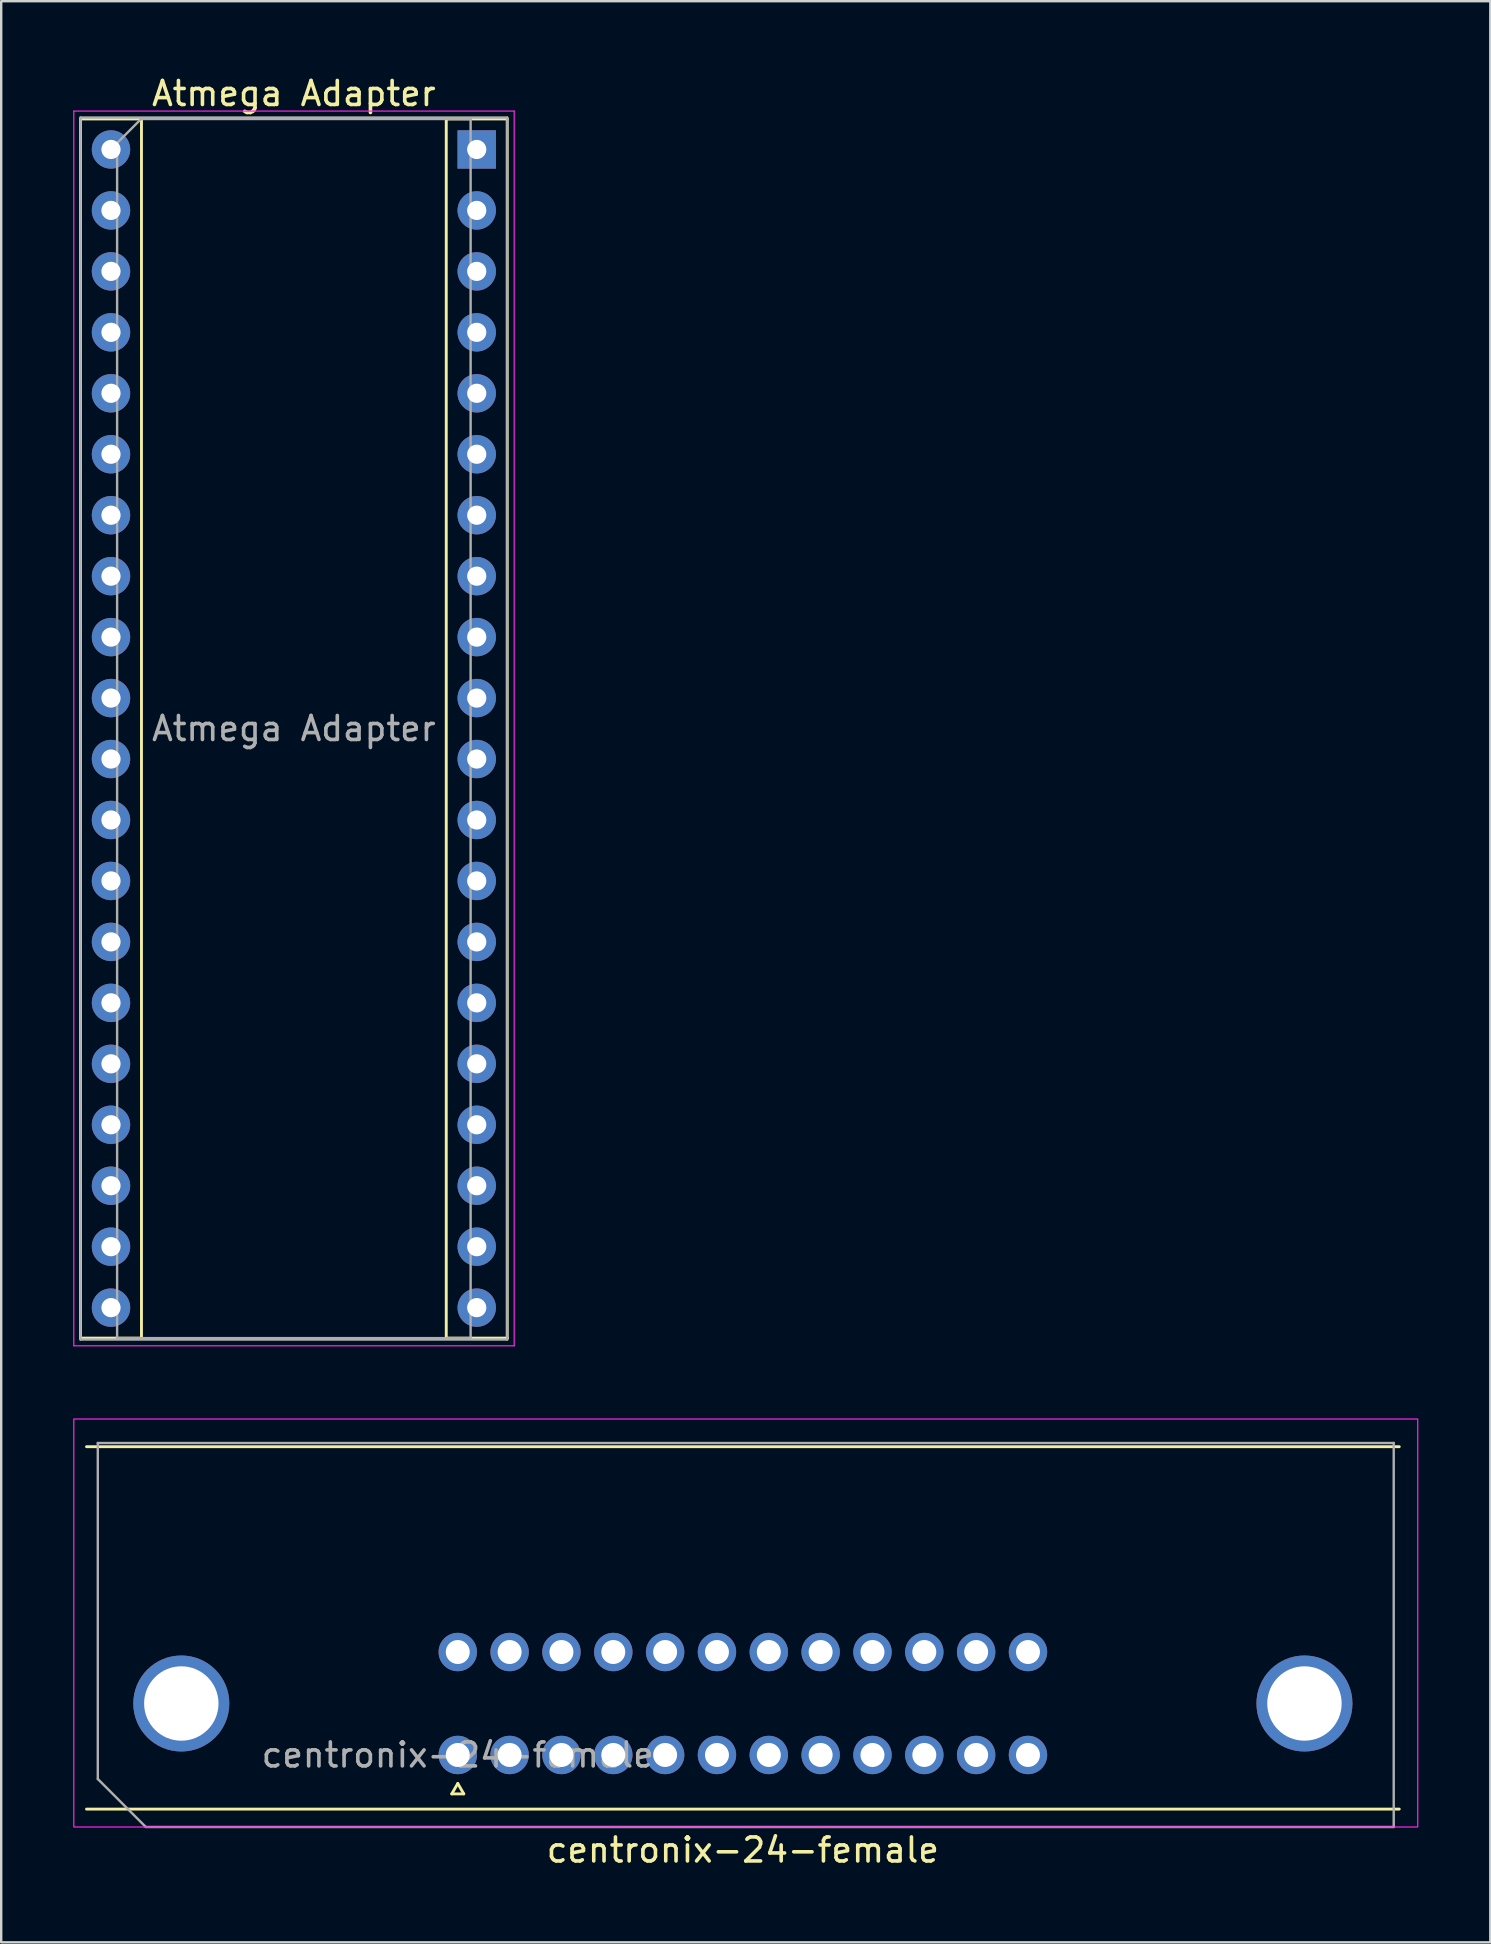
<source format=kicad_pcb>
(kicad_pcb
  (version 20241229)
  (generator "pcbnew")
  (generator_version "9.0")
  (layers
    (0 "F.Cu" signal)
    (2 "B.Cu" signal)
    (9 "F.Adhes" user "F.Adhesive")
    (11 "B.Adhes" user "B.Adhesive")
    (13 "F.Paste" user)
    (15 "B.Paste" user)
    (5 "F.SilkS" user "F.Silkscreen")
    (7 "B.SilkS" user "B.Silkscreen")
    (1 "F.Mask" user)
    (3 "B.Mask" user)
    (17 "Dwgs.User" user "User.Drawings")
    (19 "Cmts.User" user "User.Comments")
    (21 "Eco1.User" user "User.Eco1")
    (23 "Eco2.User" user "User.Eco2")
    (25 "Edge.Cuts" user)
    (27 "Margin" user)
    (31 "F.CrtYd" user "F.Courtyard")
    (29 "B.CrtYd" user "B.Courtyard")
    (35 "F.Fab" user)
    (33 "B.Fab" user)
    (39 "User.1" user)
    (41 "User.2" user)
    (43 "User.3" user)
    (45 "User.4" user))
  (footprint "centronix-24-female"
    (layer "F.Cu")
    (at 16.025 70.078)
    (property "Reference" "centronix-24-female" (at 11.88 3.96 0) (layer "F.SilkS") (effects (font (size 1 1) (thickness 0.15))))
    (attr through_hole)
    (fp_line (start -15.47 -12.845) (end 39.23 -12.845) (stroke (width 0.12) (type solid)) (layer "F.SilkS"))
    (fp_line (start -15.47 2.255) (end 39.23 2.255) (stroke (width 0.12) (type solid)) (layer "F.SilkS"))
    (fp_line (start -0.25 1.621) (end 0 1.188) (stroke (width 0.12) (type solid)) (layer "F.SilkS"))
    (fp_line (start 0 1.188) (end 0.25 1.621) (stroke (width 0.12) (type solid)) (layer "F.SilkS"))
    (fp_line (start 0.25 1.621) (end -0.25 1.621) (stroke (width 0.12) (type solid)) (layer "F.SilkS"))
    (fp_rect (start -16 -14) (end 40 3) (stroke (width 0.05) (type default)) (fill no) (layer "F.CrtYd"))
    (fp_line (start -15 -13) (end 39 -13) (stroke (width 0.1) (type default)) (layer "F.Fab"))
    (fp_line (start -15 1) (end -15 -13) (stroke (width 0.1) (type default)) (layer "F.Fab"))
    (fp_line (start -13 3) (end -15 1) (stroke (width 0.1) (type default)) (layer "F.Fab"))
    (fp_line (start 39 -13) (end 39 3) (stroke (width 0.1) (type default)) (layer "F.Fab"))
    (fp_line (start 39 3) (end -13 3) (stroke (width 0.1) (type default)) (layer "F.Fab"))
    (fp_text user "${REFERENCE}" (at 0 0 0) (layer "F.Fab") (effects (font (size 1 1) (thickness 0.15))))
    (pad "0" thru_hole circle (at -11.52 -2.145) (size 4 4) (drill 3.1) (layers "*.Cu" "*.Mask"))
    (pad "0" thru_hole circle (at 35.28 -2.145) (size 4 4) (drill 3.1) (layers "*.Cu" "*.Mask"))
    (pad "1" thru_hole circle (at 0 0) (size 1.6 1.6) (drill 1) (layers "*.Cu" "*.Mask"))
    (pad "2" thru_hole circle (at 2.16 0) (size 1.6 1.6) (drill 1) (layers "*.Cu" "*.Mask"))
    (pad "3" thru_hole circle (at 4.32 0) (size 1.6 1.6) (drill 1) (layers "*.Cu" "*.Mask"))
    (pad "4" thru_hole circle (at 6.48 0) (size 1.6 1.6) (drill 1) (layers "*.Cu" "*.Mask"))
    (pad "5" thru_hole circle (at 8.64 0) (size 1.6 1.6) (drill 1) (layers "*.Cu" "*.Mask"))
    (pad "6" thru_hole circle (at 10.8 0) (size 1.6 1.6) (drill 1) (layers "*.Cu" "*.Mask"))
    (pad "7" thru_hole circle (at 12.96 0) (size 1.6 1.6) (drill 1) (layers "*.Cu" "*.Mask"))
    (pad "8" thru_hole circle (at 15.12 0) (size 1.6 1.6) (drill 1) (layers "*.Cu" "*.Mask"))
    (pad "9" thru_hole circle (at 17.28 0) (size 1.6 1.6) (drill 1) (layers "*.Cu" "*.Mask"))
    (pad "10" thru_hole circle (at 19.44 0) (size 1.6 1.6) (drill 1) (layers "*.Cu" "*.Mask"))
    (pad "11" thru_hole circle (at 21.6 0) (size 1.6 1.6) (drill 1) (layers "*.Cu" "*.Mask"))
    (pad "12" thru_hole circle (at 23.76 0) (size 1.6 1.6) (drill 1) (layers "*.Cu" "*.Mask"))
    (pad "A" thru_hole circle (at 0 -4.29) (size 1.6 1.6) (drill 1) (layers "*.Cu" "*.Mask"))
    (pad "B" thru_hole circle (at 2.16 -4.29) (size 1.6 1.6) (drill 1) (layers "*.Cu" "*.Mask"))
    (pad "C" thru_hole circle (at 4.32 -4.29) (size 1.6 1.6) (drill 1) (layers "*.Cu" "*.Mask"))
    (pad "D" thru_hole circle (at 6.48 -4.29) (size 1.6 1.6) (drill 1) (layers "*.Cu" "*.Mask"))
    (pad "E" thru_hole circle (at 8.64 -4.29) (size 1.6 1.6) (drill 1) (layers "*.Cu" "*.Mask"))
    (pad "F" thru_hole circle (at 10.8 -4.29) (size 1.6 1.6) (drill 1) (layers "*.Cu" "*.Mask"))
    (pad "H" thru_hole circle (at 15.12 -4.29) (size 1.6 1.6) (drill 1) (layers "*.Cu" "*.Mask"))
    (pad "J" thru_hole circle (at 12.96 -4.29) (size 1.6 1.6) (drill 1) (layers "*.Cu" "*.Mask"))
    (pad "K" thru_hole circle (at 17.28 -4.29) (size 1.6 1.6) (drill 1) (layers "*.Cu" "*.Mask"))
    (pad "L" thru_hole circle (at 19.44 -4.29) (size 1.6 1.6) (drill 1) (layers "*.Cu" "*.Mask"))
    (pad "M" thru_hole circle (at 21.6 -4.29) (size 1.6 1.6) (drill 1) (layers "*.Cu" "*.Mask"))
    (pad "N" thru_hole circle (at 23.76 -4.29) (size 1.6 1.6) (drill 1) (layers "*.Cu" "*.Mask")))
  (footprint "Atmega Adapter"
    (layer "F.Cu")
    (at 1.575 3.178)
    (property "Reference" "Atmega Adapter" (at 7.62 -2.33 0) (layer "F.SilkS") (effects (font (size 1 1) (thickness 0.15))))
    (attr through_hole)
    (fp_line (start -1.27 -1.27) (end -1.27 49.53) (stroke (width 0.12) (type solid)) (layer "F.SilkS"))
    (fp_line (start 1.27 -1.27) (end -1.27 -1.27) (stroke (width 0.12) (type default)) (layer "F.SilkS"))
    (fp_line (start 1.27 -1.27) (end 1.27 49.53) (stroke (width 0.12) (type solid)) (layer "F.SilkS"))
    (fp_line (start 1.27 49.53) (end -1.27 49.53) (stroke (width 0.12) (type default)) (layer "F.SilkS"))
    (fp_line (start 13.97 49.53) (end 13.97 -1.27) (stroke (width 0.12) (type solid)) (layer "F.SilkS"))
    (fp_line (start 16.51 -1.27) (end 13.97 -1.27) (stroke (width 0.12) (type default)) (layer "F.SilkS"))
    (fp_line (start 16.51 49.53) (end 13.97 49.53) (stroke (width 0.12) (type default)) (layer "F.SilkS"))
    (fp_line (start 16.51 49.53) (end 16.51 -1.27) (stroke (width 0.12) (type solid)) (layer "F.SilkS"))
    (fp_line (start -1.55 -1.6) (end -1.55 49.85) (stroke (width 0.05) (type solid)) (layer "F.CrtYd"))
    (fp_line (start -1.55 49.85) (end 16.8 49.85) (stroke (width 0.05) (type solid)) (layer "F.CrtYd"))
    (fp_line (start 16.8 -1.6) (end -1.55 -1.6) (stroke (width 0.05) (type solid)) (layer "F.CrtYd"))
    (fp_line (start 16.8 49.85) (end 16.8 -1.6) (stroke (width 0.05) (type solid)) (layer "F.CrtYd"))
    (fp_line (start -1.27 -1.33) (end -1.27 49.59) (stroke (width 0.1) (type solid)) (layer "F.Fab"))
    (fp_line (start -1.27 49.59) (end 16.51 49.59) (stroke (width 0.1) (type solid)) (layer "F.Fab"))
    (fp_line (start 0.255 -0.27) (end 1.255 -1.27) (stroke (width 0.1) (type solid)) (layer "F.Fab"))
    (fp_line (start 0.255 49.53) (end 0.255 -0.27) (stroke (width 0.1) (type solid)) (layer "F.Fab"))
    (fp_line (start 1.255 -1.27) (end 14.985 -1.27) (stroke (width 0.1) (type solid)) (layer "F.Fab"))
    (fp_line (start 14.985 -1.27) (end 14.985 49.53) (stroke (width 0.1) (type solid)) (layer "F.Fab"))
    (fp_line (start 14.985 49.53) (end 0.255 49.53) (stroke (width 0.1) (type solid)) (layer "F.Fab"))
    (fp_line (start 16.51 -1.33) (end -1.27 -1.33) (stroke (width 0.1) (type solid)) (layer "F.Fab"))
    (fp_line (start 16.51 49.59) (end 16.51 -1.33) (stroke (width 0.1) (type solid)) (layer "F.Fab"))
    (fp_text user "${REFERENCE}" (at 7.62 24.13 0) (layer "F.Fab") (effects (font (size 1 1) (thickness 0.15))))
    (pad "1" thru_hole rect (at 15.24 0) (size 1.6 1.6) (drill 0.8) (layers "*.Cu" "*.Mask"))
    (pad "2" thru_hole oval (at 15.24 2.54) (size 1.6 1.6) (drill 0.8) (layers "*.Cu" "*.Mask"))
    (pad "3" thru_hole oval (at 15.24 5.08) (size 1.6 1.6) (drill 0.8) (layers "*.Cu" "*.Mask"))
    (pad "4" thru_hole oval (at 15.24 7.62) (size 1.6 1.6) (drill 0.8) (layers "*.Cu" "*.Mask"))
    (pad "5" thru_hole oval (at 15.24 10.16) (size 1.6 1.6) (drill 0.8) (layers "*.Cu" "*.Mask"))
    (pad "6" thru_hole oval (at 15.24 12.7) (size 1.6 1.6) (drill 0.8) (layers "*.Cu" "*.Mask"))
    (pad "7" thru_hole oval (at 15.24 15.24) (size 1.6 1.6) (drill 0.8) (layers "*.Cu" "*.Mask"))
    (pad "8" thru_hole oval (at 15.24 17.78) (size 1.6 1.6) (drill 0.8) (layers "*.Cu" "*.Mask"))
    (pad "9" thru_hole oval (at 15.24 20.32) (size 1.6 1.6) (drill 0.8) (layers "*.Cu" "*.Mask"))
    (pad "10" thru_hole oval (at 15.24 22.86) (size 1.6 1.6) (drill 0.8) (layers "*.Cu" "*.Mask"))
    (pad "11" thru_hole oval (at 15.24 25.4) (size 1.6 1.6) (drill 0.8) (layers "*.Cu" "*.Mask"))
    (pad "12" thru_hole oval (at 15.24 27.94) (size 1.6 1.6) (drill 0.8) (layers "*.Cu" "*.Mask"))
    (pad "13" thru_hole oval (at 15.24 30.48) (size 1.6 1.6) (drill 0.8) (layers "*.Cu" "*.Mask"))
    (pad "14" thru_hole oval (at 15.24 33.02) (size 1.6 1.6) (drill 0.8) (layers "*.Cu" "*.Mask"))
    (pad "15" thru_hole oval (at 15.24 35.56) (size 1.6 1.6) (drill 0.8) (layers "*.Cu" "*.Mask"))
    (pad "16" thru_hole oval (at 15.24 38.1) (size 1.6 1.6) (drill 0.8) (layers "*.Cu" "*.Mask"))
    (pad "17" thru_hole oval (at 15.24 40.64) (size 1.6 1.6) (drill 0.8) (layers "*.Cu" "*.Mask"))
    (pad "18" thru_hole oval (at 15.24 43.18) (size 1.6 1.6) (drill 0.8) (layers "*.Cu" "*.Mask"))
    (pad "19" thru_hole oval (at 15.24 45.72) (size 1.6 1.6) (drill 0.8) (layers "*.Cu" "*.Mask"))
    (pad "20" thru_hole oval (at 15.24 48.26) (size 1.6 1.6) (drill 0.8) (layers "*.Cu" "*.Mask"))
    (pad "21" thru_hole oval (at 0 48.26) (size 1.6 1.6) (drill 0.8) (layers "*.Cu" "*.Mask"))
    (pad "22" thru_hole oval (at 0 45.72) (size 1.6 1.6) (drill 0.8) (layers "*.Cu" "*.Mask"))
    (pad "23" thru_hole oval (at 0 43.18) (size 1.6 1.6) (drill 0.8) (layers "*.Cu" "*.Mask"))
    (pad "24" thru_hole oval (at 0 40.64) (size 1.6 1.6) (drill 0.8) (layers "*.Cu" "*.Mask"))
    (pad "25" thru_hole oval (at 0 38.1) (size 1.6 1.6) (drill 0.8) (layers "*.Cu" "*.Mask"))
    (pad "26" thru_hole oval (at 0 35.56) (size 1.6 1.6) (drill 0.8) (layers "*.Cu" "*.Mask"))
    (pad "27" thru_hole oval (at 0 33.02) (size 1.6 1.6) (drill 0.8) (layers "*.Cu" "*.Mask"))
    (pad "28" thru_hole oval (at 0 30.48) (size 1.6 1.6) (drill 0.8) (layers "*.Cu" "*.Mask"))
    (pad "29" thru_hole oval (at 0 27.94) (size 1.6 1.6) (drill 0.8) (layers "*.Cu" "*.Mask"))
    (pad "30" thru_hole oval (at 0 25.4) (size 1.6 1.6) (drill 0.8) (layers "*.Cu" "*.Mask"))
    (pad "31" thru_hole oval (at 0 22.86) (size 1.6 1.6) (drill 0.8) (layers "*.Cu" "*.Mask"))
    (pad "32" thru_hole oval (at 0 20.32) (size 1.6 1.6) (drill 0.8) (layers "*.Cu" "*.Mask"))
    (pad "33" thru_hole oval (at 0 17.78) (size 1.6 1.6) (drill 0.8) (layers "*.Cu" "*.Mask"))
    (pad "34" thru_hole oval (at 0 15.24) (size 1.6 1.6) (drill 0.8) (layers "*.Cu" "*.Mask"))
    (pad "35" thru_hole oval (at 0 12.7) (size 1.6 1.6) (drill 0.8) (layers "*.Cu" "*.Mask"))
    (pad "36" thru_hole oval (at 0 10.16) (size 1.6 1.6) (drill 0.8) (layers "*.Cu" "*.Mask"))
    (pad "37" thru_hole oval (at 0 7.62) (size 1.6 1.6) (drill 0.8) (layers "*.Cu" "*.Mask"))
    (pad "38" thru_hole oval (at 0 5.08) (size 1.6 1.6) (drill 0.8) (layers "*.Cu" "*.Mask"))
    (pad "39" thru_hole oval (at 0 2.54) (size 1.6 1.6) (drill 0.8) (layers "*.Cu" "*.Mask"))
    (pad "40" thru_hole oval (at 0 0) (size 1.6 1.6) (drill 0.8) (layers "*.Cu" "*.Mask")))
  (gr_rect
    (start -3 -3)
    (end 59.05 77.886)
    (stroke (width 0.1) (type default))
    (fill no)
    (layer "Edge.Cuts")))
</source>
